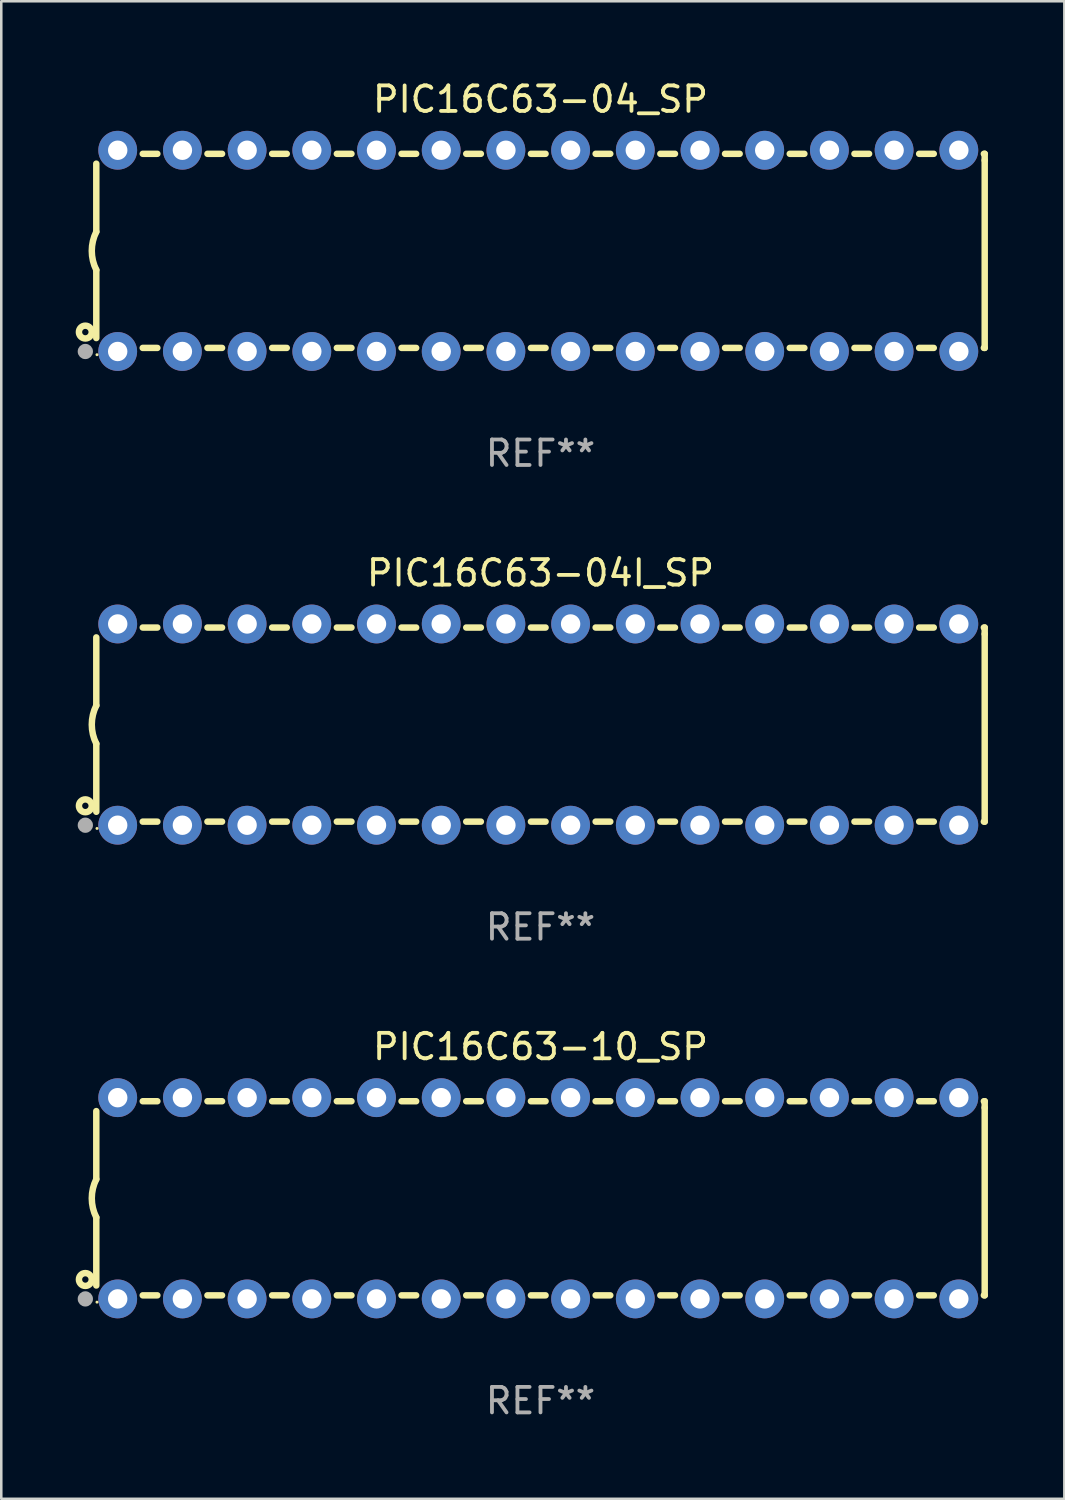
<source format=kicad_pcb>
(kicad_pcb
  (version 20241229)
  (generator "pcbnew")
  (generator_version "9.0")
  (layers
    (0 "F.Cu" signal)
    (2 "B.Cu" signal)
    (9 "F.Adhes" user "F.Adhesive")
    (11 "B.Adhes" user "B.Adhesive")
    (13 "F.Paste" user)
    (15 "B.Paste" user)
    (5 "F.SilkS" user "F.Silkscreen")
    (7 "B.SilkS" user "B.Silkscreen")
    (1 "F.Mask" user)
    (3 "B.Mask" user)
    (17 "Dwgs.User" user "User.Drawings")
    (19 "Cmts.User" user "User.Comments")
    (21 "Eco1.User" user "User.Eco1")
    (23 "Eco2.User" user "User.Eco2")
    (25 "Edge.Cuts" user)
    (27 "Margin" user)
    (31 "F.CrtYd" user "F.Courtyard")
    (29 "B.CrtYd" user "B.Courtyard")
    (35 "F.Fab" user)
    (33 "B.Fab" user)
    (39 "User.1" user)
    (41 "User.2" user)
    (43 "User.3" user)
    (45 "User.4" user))
  (footprint "PIC16C63-04_SP"
    (layer "F.Cu")
    (at 18.168 6.798)
    (property "Reference" "PIC16C63-04_SP" (at 0 -5.95 0) (layer "F.SilkS") (effects (font (size 1 1) (thickness 0.15))))
    (attr through_hole)
    (fp_line (start -17.438 0.75) (end -17.438 3.423) (stroke (width 0.254) (type solid)) (layer "F.SilkS"))
    (fp_line (start -17.438 -3.423) (end -17.438 -0.75) (stroke (width 0.254) (type solid)) (layer "F.SilkS"))
    (fp_line (start -15.615 3.81) (end -15.041 3.81) (stroke (width 0.254) (type solid)) (layer "F.SilkS"))
    (fp_line (start -15.041 -3.81) (end -15.614 -3.81) (stroke (width 0.254) (type solid)) (layer "F.SilkS"))
    (fp_line (start -13.075 3.81) (end -12.501 3.81) (stroke (width 0.254) (type solid)) (layer "F.SilkS"))
    (fp_line (start -12.501 -3.81) (end -13.074 -3.81) (stroke (width 0.254) (type solid)) (layer "F.SilkS"))
    (fp_line (start -10.535 3.81) (end -9.961 3.81) (stroke (width 0.254) (type solid)) (layer "F.SilkS"))
    (fp_line (start -9.961 -3.81) (end -10.534 -3.81) (stroke (width 0.254) (type solid)) (layer "F.SilkS"))
    (fp_line (start -7.995 3.81) (end -7.421 3.81) (stroke (width 0.254) (type solid)) (layer "F.SilkS"))
    (fp_line (start -7.421 -3.81) (end -7.995 -3.81) (stroke (width 0.254) (type solid)) (layer "F.SilkS"))
    (fp_line (start -5.455 3.81) (end -4.881 3.81) (stroke (width 0.254) (type solid)) (layer "F.SilkS"))
    (fp_line (start -4.881 -3.81) (end -5.455 -3.81) (stroke (width 0.254) (type solid)) (layer "F.SilkS"))
    (fp_line (start -2.915 3.81) (end -2.341 3.81) (stroke (width 0.254) (type solid)) (layer "F.SilkS"))
    (fp_line (start -2.341 -3.81) (end -2.915 -3.81) (stroke (width 0.254) (type solid)) (layer "F.SilkS"))
    (fp_line (start -0.375 3.81) (end 0.199 3.81) (stroke (width 0.254) (type solid)) (layer "F.SilkS"))
    (fp_line (start 0.199 -3.81) (end -0.375 -3.81) (stroke (width 0.254) (type solid)) (layer "F.SilkS"))
    (fp_line (start 2.165 3.81) (end 2.739 3.81) (stroke (width 0.254) (type solid)) (layer "F.SilkS"))
    (fp_line (start 2.739 -3.81) (end 2.165 -3.81) (stroke (width 0.254) (type solid)) (layer "F.SilkS"))
    (fp_line (start 4.705 3.81) (end 5.279 3.81) (stroke (width 0.254) (type solid)) (layer "F.SilkS"))
    (fp_line (start 5.279 -3.81) (end 4.705 -3.81) (stroke (width 0.254) (type solid)) (layer "F.SilkS"))
    (fp_line (start 7.245 3.81) (end 7.819 3.81) (stroke (width 0.254) (type solid)) (layer "F.SilkS"))
    (fp_line (start 7.819 -3.81) (end 7.245 -3.81) (stroke (width 0.254) (type solid)) (layer "F.SilkS"))
    (fp_line (start 9.785 3.81) (end 10.359 3.81) (stroke (width 0.254) (type solid)) (layer "F.SilkS"))
    (fp_line (start 10.359 -3.81) (end 9.785 -3.81) (stroke (width 0.254) (type solid)) (layer "F.SilkS"))
    (fp_line (start 12.325 3.81) (end 12.899 3.81) (stroke (width 0.254) (type solid)) (layer "F.SilkS"))
    (fp_line (start 12.899 -3.81) (end 12.325 -3.81) (stroke (width 0.254) (type solid)) (layer "F.SilkS"))
    (fp_line (start 14.865 3.81) (end 15.439 3.81) (stroke (width 0.254) (type solid)) (layer "F.SilkS"))
    (fp_line (start 15.439 -3.81) (end 14.865 -3.81) (stroke (width 0.254) (type solid)) (layer "F.SilkS"))
    (fp_line (start 17.405 3.81) (end 17.438 3.81) (stroke (width 0.254) (type solid)) (layer "F.SilkS"))
    (fp_line (start 17.438 -3.81) (end 17.405 -3.81) (stroke (width 0.254) (type solid)) (layer "F.SilkS"))
    (fp_line (start 17.438 -3.556) (end 17.438 -3.81) (stroke (width 0.254) (type solid)) (layer "F.SilkS"))
    (fp_line (start 17.438 3.81) (end 17.438 -3.556) (stroke (width 0.254) (type solid)) (layer "F.SilkS"))
    (fp_arc (start -17.437986 0.749657) (mid -17.614887 -0.000024) (end -17.437783 -0.749657) (stroke (width 0.254001) (type solid)) (layer "F.SilkS"))
    (fp_circle (center -17.868 3.188) (end -17.743 3.188) (stroke (width 0.254) (type solid)) (fill no) (layer "F.SilkS"))
    (fp_circle (center -17.411 4.077) (end -17.381 4.077) (stroke (width 0.06) (type solid)) (fill no) (layer "F.SilkS"))
    (fp_circle (center -17.868 3.95) (end -17.718 3.95) (stroke (width 0.3) (type solid)) (fill no) (layer "F.Fab"))
    (fp_text user "REF**" (at 0 7.95 0) (layer "F.Fab") (effects (font (size 1 1) (thickness 0.15))))
    (pad "1" thru_hole circle (at -16.598 3.95) (size 1.524 1.524) (drill 0.762) (layers "*.Cu" "*.Mask"))
    (pad "2" thru_hole circle (at -14.058 3.95) (size 1.524 1.524) (drill 0.762) (layers "*.Cu" "*.Mask"))
    (pad "3" thru_hole circle (at -11.518 3.95) (size 1.524 1.524) (drill 0.762) (layers "*.Cu" "*.Mask"))
    (pad "4" thru_hole circle (at -8.978 3.95) (size 1.524 1.524) (drill 0.762) (layers "*.Cu" "*.Mask"))
    (pad "5" thru_hole circle (at -6.438 3.95) (size 1.524 1.524) (drill 0.762) (layers "*.Cu" "*.Mask"))
    (pad "6" thru_hole circle (at -3.898 3.95) (size 1.524 1.524) (drill 0.762) (layers "*.Cu" "*.Mask"))
    (pad "7" thru_hole circle (at -1.358 3.95) (size 1.524 1.524) (drill 0.762) (layers "*.Cu" "*.Mask"))
    (pad "8" thru_hole circle (at 1.182 3.95) (size 1.524 1.524) (drill 0.762) (layers "*.Cu" "*.Mask"))
    (pad "9" thru_hole circle (at 3.722 3.95) (size 1.524 1.524) (drill 0.762) (layers "*.Cu" "*.Mask"))
    (pad "10" thru_hole circle (at 6.262 3.95) (size 1.524 1.524) (drill 0.762) (layers "*.Cu" "*.Mask"))
    (pad "11" thru_hole circle (at 8.802 3.95) (size 1.524 1.524) (drill 0.762) (layers "*.Cu" "*.Mask"))
    (pad "12" thru_hole circle (at 11.342 3.95) (size 1.524 1.524) (drill 0.762) (layers "*.Cu" "*.Mask"))
    (pad "13" thru_hole circle (at 13.882 3.95) (size 1.524 1.524) (drill 0.762) (layers "*.Cu" "*.Mask"))
    (pad "14" thru_hole circle (at 16.422 3.95) (size 1.524 1.524) (drill 0.762) (layers "*.Cu" "*.Mask"))
    (pad "15" thru_hole circle (at 16.422 -3.95) (size 1.524 1.524) (drill 0.762) (layers "*.Cu" "*.Mask"))
    (pad "16" thru_hole circle (at 13.882 -3.95) (size 1.524 1.524) (drill 0.762) (layers "*.Cu" "*.Mask"))
    (pad "17" thru_hole circle (at 11.342 -3.95) (size 1.524 1.524) (drill 0.762) (layers "*.Cu" "*.Mask"))
    (pad "18" thru_hole circle (at 8.802 -3.95) (size 1.524 1.524) (drill 0.762) (layers "*.Cu" "*.Mask"))
    (pad "19" thru_hole circle (at 6.262 -3.95) (size 1.524 1.524) (drill 0.762) (layers "*.Cu" "*.Mask"))
    (pad "20" thru_hole circle (at 3.722 -3.95) (size 1.524 1.524) (drill 0.762) (layers "*.Cu" "*.Mask"))
    (pad "21" thru_hole circle (at 1.182 -3.95) (size 1.524 1.524) (drill 0.762) (layers "*.Cu" "*.Mask"))
    (pad "22" thru_hole circle (at -1.358 -3.95) (size 1.524 1.524) (drill 0.762) (layers "*.Cu" "*.Mask"))
    (pad "23" thru_hole circle (at -3.898 -3.95) (size 1.524 1.524) (drill 0.762) (layers "*.Cu" "*.Mask"))
    (pad "24" thru_hole circle (at -6.438 -3.95) (size 1.524 1.524) (drill 0.762) (layers "*.Cu" "*.Mask"))
    (pad "25" thru_hole circle (at -8.978 -3.95) (size 1.524 1.524) (drill 0.762) (layers "*.Cu" "*.Mask"))
    (pad "26" thru_hole circle (at -11.517 -3.95) (size 1.524 1.524) (drill 0.762) (layers "*.Cu" "*.Mask"))
    (pad "27" thru_hole circle (at -14.057 -3.95) (size 1.524 1.524) (drill 0.762) (layers "*.Cu" "*.Mask"))
    (pad "28" thru_hole circle (at -16.597 -3.95) (size 1.524 1.524) (drill 0.762) (layers "*.Cu" "*.Mask")))
  (footprint "PIC16C63-04I_SP"
    (layer "F.Cu")
    (at 18.168 25.395)
    (property "Reference" "PIC16C63-04I_SP" (at 0 -5.95 0) (layer "F.SilkS") (effects (font (size 1 1) (thickness 0.15))))
    (attr through_hole)
    (fp_line (start -17.438 0.75) (end -17.438 3.423) (stroke (width 0.254) (type solid)) (layer "F.SilkS"))
    (fp_line (start -17.438 -3.423) (end -17.438 -0.75) (stroke (width 0.254) (type solid)) (layer "F.SilkS"))
    (fp_line (start -15.615 3.81) (end -15.041 3.81) (stroke (width 0.254) (type solid)) (layer "F.SilkS"))
    (fp_line (start -15.041 -3.81) (end -15.614 -3.81) (stroke (width 0.254) (type solid)) (layer "F.SilkS"))
    (fp_line (start -13.075 3.81) (end -12.501 3.81) (stroke (width 0.254) (type solid)) (layer "F.SilkS"))
    (fp_line (start -12.501 -3.81) (end -13.074 -3.81) (stroke (width 0.254) (type solid)) (layer "F.SilkS"))
    (fp_line (start -10.535 3.81) (end -9.961 3.81) (stroke (width 0.254) (type solid)) (layer "F.SilkS"))
    (fp_line (start -9.961 -3.81) (end -10.534 -3.81) (stroke (width 0.254) (type solid)) (layer "F.SilkS"))
    (fp_line (start -7.995 3.81) (end -7.421 3.81) (stroke (width 0.254) (type solid)) (layer "F.SilkS"))
    (fp_line (start -7.421 -3.81) (end -7.995 -3.81) (stroke (width 0.254) (type solid)) (layer "F.SilkS"))
    (fp_line (start -5.455 3.81) (end -4.881 3.81) (stroke (width 0.254) (type solid)) (layer "F.SilkS"))
    (fp_line (start -4.881 -3.81) (end -5.455 -3.81) (stroke (width 0.254) (type solid)) (layer "F.SilkS"))
    (fp_line (start -2.915 3.81) (end -2.341 3.81) (stroke (width 0.254) (type solid)) (layer "F.SilkS"))
    (fp_line (start -2.341 -3.81) (end -2.915 -3.81) (stroke (width 0.254) (type solid)) (layer "F.SilkS"))
    (fp_line (start -0.375 3.81) (end 0.199 3.81) (stroke (width 0.254) (type solid)) (layer "F.SilkS"))
    (fp_line (start 0.199 -3.81) (end -0.375 -3.81) (stroke (width 0.254) (type solid)) (layer "F.SilkS"))
    (fp_line (start 2.165 3.81) (end 2.739 3.81) (stroke (width 0.254) (type solid)) (layer "F.SilkS"))
    (fp_line (start 2.739 -3.81) (end 2.165 -3.81) (stroke (width 0.254) (type solid)) (layer "F.SilkS"))
    (fp_line (start 4.705 3.81) (end 5.279 3.81) (stroke (width 0.254) (type solid)) (layer "F.SilkS"))
    (fp_line (start 5.279 -3.81) (end 4.705 -3.81) (stroke (width 0.254) (type solid)) (layer "F.SilkS"))
    (fp_line (start 7.245 3.81) (end 7.819 3.81) (stroke (width 0.254) (type solid)) (layer "F.SilkS"))
    (fp_line (start 7.819 -3.81) (end 7.245 -3.81) (stroke (width 0.254) (type solid)) (layer "F.SilkS"))
    (fp_line (start 9.785 3.81) (end 10.359 3.81) (stroke (width 0.254) (type solid)) (layer "F.SilkS"))
    (fp_line (start 10.359 -3.81) (end 9.785 -3.81) (stroke (width 0.254) (type solid)) (layer "F.SilkS"))
    (fp_line (start 12.325 3.81) (end 12.899 3.81) (stroke (width 0.254) (type solid)) (layer "F.SilkS"))
    (fp_line (start 12.899 -3.81) (end 12.325 -3.81) (stroke (width 0.254) (type solid)) (layer "F.SilkS"))
    (fp_line (start 14.865 3.81) (end 15.439 3.81) (stroke (width 0.254) (type solid)) (layer "F.SilkS"))
    (fp_line (start 15.439 -3.81) (end 14.865 -3.81) (stroke (width 0.254) (type solid)) (layer "F.SilkS"))
    (fp_line (start 17.405 3.81) (end 17.438 3.81) (stroke (width 0.254) (type solid)) (layer "F.SilkS"))
    (fp_line (start 17.438 -3.81) (end 17.405 -3.81) (stroke (width 0.254) (type solid)) (layer "F.SilkS"))
    (fp_line (start 17.438 -3.556) (end 17.438 -3.81) (stroke (width 0.254) (type solid)) (layer "F.SilkS"))
    (fp_line (start 17.438 3.81) (end 17.438 -3.556) (stroke (width 0.254) (type solid)) (layer "F.SilkS"))
    (fp_arc (start -17.437986 0.749657) (mid -17.614887 -0.000024) (end -17.437783 -0.749657) (stroke (width 0.254001) (type solid)) (layer "F.SilkS"))
    (fp_circle (center -17.868 3.188) (end -17.743 3.188) (stroke (width 0.254) (type solid)) (fill no) (layer "F.SilkS"))
    (fp_circle (center -17.411 4.077) (end -17.381 4.077) (stroke (width 0.06) (type solid)) (fill no) (layer "F.SilkS"))
    (fp_circle (center -17.868 3.95) (end -17.718 3.95) (stroke (width 0.3) (type solid)) (fill no) (layer "F.Fab"))
    (fp_text user "REF**" (at 0 7.95 0) (layer "F.Fab") (effects (font (size 1 1) (thickness 0.15))))
    (pad "1" thru_hole circle (at -16.598 3.95) (size 1.524 1.524) (drill 0.762) (layers "*.Cu" "*.Mask"))
    (pad "2" thru_hole circle (at -14.058 3.95) (size 1.524 1.524) (drill 0.762) (layers "*.Cu" "*.Mask"))
    (pad "3" thru_hole circle (at -11.518 3.95) (size 1.524 1.524) (drill 0.762) (layers "*.Cu" "*.Mask"))
    (pad "4" thru_hole circle (at -8.978 3.95) (size 1.524 1.524) (drill 0.762) (layers "*.Cu" "*.Mask"))
    (pad "5" thru_hole circle (at -6.438 3.95) (size 1.524 1.524) (drill 0.762) (layers "*.Cu" "*.Mask"))
    (pad "6" thru_hole circle (at -3.898 3.95) (size 1.524 1.524) (drill 0.762) (layers "*.Cu" "*.Mask"))
    (pad "7" thru_hole circle (at -1.358 3.95) (size 1.524 1.524) (drill 0.762) (layers "*.Cu" "*.Mask"))
    (pad "8" thru_hole circle (at 1.182 3.95) (size 1.524 1.524) (drill 0.762) (layers "*.Cu" "*.Mask"))
    (pad "9" thru_hole circle (at 3.722 3.95) (size 1.524 1.524) (drill 0.762) (layers "*.Cu" "*.Mask"))
    (pad "10" thru_hole circle (at 6.262 3.95) (size 1.524 1.524) (drill 0.762) (layers "*.Cu" "*.Mask"))
    (pad "11" thru_hole circle (at 8.802 3.95) (size 1.524 1.524) (drill 0.762) (layers "*.Cu" "*.Mask"))
    (pad "12" thru_hole circle (at 11.342 3.95) (size 1.524 1.524) (drill 0.762) (layers "*.Cu" "*.Mask"))
    (pad "13" thru_hole circle (at 13.882 3.95) (size 1.524 1.524) (drill 0.762) (layers "*.Cu" "*.Mask"))
    (pad "14" thru_hole circle (at 16.422 3.95) (size 1.524 1.524) (drill 0.762) (layers "*.Cu" "*.Mask"))
    (pad "15" thru_hole circle (at 16.422 -3.95) (size 1.524 1.524) (drill 0.762) (layers "*.Cu" "*.Mask"))
    (pad "16" thru_hole circle (at 13.882 -3.95) (size 1.524 1.524) (drill 0.762) (layers "*.Cu" "*.Mask"))
    (pad "17" thru_hole circle (at 11.342 -3.95) (size 1.524 1.524) (drill 0.762) (layers "*.Cu" "*.Mask"))
    (pad "18" thru_hole circle (at 8.802 -3.95) (size 1.524 1.524) (drill 0.762) (layers "*.Cu" "*.Mask"))
    (pad "19" thru_hole circle (at 6.262 -3.95) (size 1.524 1.524) (drill 0.762) (layers "*.Cu" "*.Mask"))
    (pad "20" thru_hole circle (at 3.722 -3.95) (size 1.524 1.524) (drill 0.762) (layers "*.Cu" "*.Mask"))
    (pad "21" thru_hole circle (at 1.182 -3.95) (size 1.524 1.524) (drill 0.762) (layers "*.Cu" "*.Mask"))
    (pad "22" thru_hole circle (at -1.358 -3.95) (size 1.524 1.524) (drill 0.762) (layers "*.Cu" "*.Mask"))
    (pad "23" thru_hole circle (at -3.898 -3.95) (size 1.524 1.524) (drill 0.762) (layers "*.Cu" "*.Mask"))
    (pad "24" thru_hole circle (at -6.438 -3.95) (size 1.524 1.524) (drill 0.762) (layers "*.Cu" "*.Mask"))
    (pad "25" thru_hole circle (at -8.978 -3.95) (size 1.524 1.524) (drill 0.762) (layers "*.Cu" "*.Mask"))
    (pad "26" thru_hole circle (at -11.517 -3.95) (size 1.524 1.524) (drill 0.762) (layers "*.Cu" "*.Mask"))
    (pad "27" thru_hole circle (at -14.057 -3.95) (size 1.524 1.524) (drill 0.762) (layers "*.Cu" "*.Mask"))
    (pad "28" thru_hole circle (at -16.597 -3.95) (size 1.524 1.524) (drill 0.762) (layers "*.Cu" "*.Mask")))
  (footprint "PIC16C63-10_SP"
    (layer "F.Cu")
    (at 18.168 43.991)
    (property "Reference" "PIC16C63-10_SP" (at 0 -5.95 0) (layer "F.SilkS") (effects (font (size 1 1) (thickness 0.15))))
    (attr through_hole)
    (fp_line (start -17.438 0.75) (end -17.438 3.423) (stroke (width 0.254) (type solid)) (layer "F.SilkS"))
    (fp_line (start -17.438 -3.423) (end -17.438 -0.75) (stroke (width 0.254) (type solid)) (layer "F.SilkS"))
    (fp_line (start -15.615 3.81) (end -15.041 3.81) (stroke (width 0.254) (type solid)) (layer "F.SilkS"))
    (fp_line (start -15.041 -3.81) (end -15.614 -3.81) (stroke (width 0.254) (type solid)) (layer "F.SilkS"))
    (fp_line (start -13.075 3.81) (end -12.501 3.81) (stroke (width 0.254) (type solid)) (layer "F.SilkS"))
    (fp_line (start -12.501 -3.81) (end -13.074 -3.81) (stroke (width 0.254) (type solid)) (layer "F.SilkS"))
    (fp_line (start -10.535 3.81) (end -9.961 3.81) (stroke (width 0.254) (type solid)) (layer "F.SilkS"))
    (fp_line (start -9.961 -3.81) (end -10.534 -3.81) (stroke (width 0.254) (type solid)) (layer "F.SilkS"))
    (fp_line (start -7.995 3.81) (end -7.421 3.81) (stroke (width 0.254) (type solid)) (layer "F.SilkS"))
    (fp_line (start -7.421 -3.81) (end -7.995 -3.81) (stroke (width 0.254) (type solid)) (layer "F.SilkS"))
    (fp_line (start -5.455 3.81) (end -4.881 3.81) (stroke (width 0.254) (type solid)) (layer "F.SilkS"))
    (fp_line (start -4.881 -3.81) (end -5.455 -3.81) (stroke (width 0.254) (type solid)) (layer "F.SilkS"))
    (fp_line (start -2.915 3.81) (end -2.341 3.81) (stroke (width 0.254) (type solid)) (layer "F.SilkS"))
    (fp_line (start -2.341 -3.81) (end -2.915 -3.81) (stroke (width 0.254) (type solid)) (layer "F.SilkS"))
    (fp_line (start -0.375 3.81) (end 0.199 3.81) (stroke (width 0.254) (type solid)) (layer "F.SilkS"))
    (fp_line (start 0.199 -3.81) (end -0.375 -3.81) (stroke (width 0.254) (type solid)) (layer "F.SilkS"))
    (fp_line (start 2.165 3.81) (end 2.739 3.81) (stroke (width 0.254) (type solid)) (layer "F.SilkS"))
    (fp_line (start 2.739 -3.81) (end 2.165 -3.81) (stroke (width 0.254) (type solid)) (layer "F.SilkS"))
    (fp_line (start 4.705 3.81) (end 5.279 3.81) (stroke (width 0.254) (type solid)) (layer "F.SilkS"))
    (fp_line (start 5.279 -3.81) (end 4.705 -3.81) (stroke (width 0.254) (type solid)) (layer "F.SilkS"))
    (fp_line (start 7.245 3.81) (end 7.819 3.81) (stroke (width 0.254) (type solid)) (layer "F.SilkS"))
    (fp_line (start 7.819 -3.81) (end 7.245 -3.81) (stroke (width 0.254) (type solid)) (layer "F.SilkS"))
    (fp_line (start 9.785 3.81) (end 10.359 3.81) (stroke (width 0.254) (type solid)) (layer "F.SilkS"))
    (fp_line (start 10.359 -3.81) (end 9.785 -3.81) (stroke (width 0.254) (type solid)) (layer "F.SilkS"))
    (fp_line (start 12.325 3.81) (end 12.899 3.81) (stroke (width 0.254) (type solid)) (layer "F.SilkS"))
    (fp_line (start 12.899 -3.81) (end 12.325 -3.81) (stroke (width 0.254) (type solid)) (layer "F.SilkS"))
    (fp_line (start 14.865 3.81) (end 15.439 3.81) (stroke (width 0.254) (type solid)) (layer "F.SilkS"))
    (fp_line (start 15.439 -3.81) (end 14.865 -3.81) (stroke (width 0.254) (type solid)) (layer "F.SilkS"))
    (fp_line (start 17.405 3.81) (end 17.438 3.81) (stroke (width 0.254) (type solid)) (layer "F.SilkS"))
    (fp_line (start 17.438 -3.81) (end 17.405 -3.81) (stroke (width 0.254) (type solid)) (layer "F.SilkS"))
    (fp_line (start 17.438 -3.556) (end 17.438 -3.81) (stroke (width 0.254) (type solid)) (layer "F.SilkS"))
    (fp_line (start 17.438 3.81) (end 17.438 -3.556) (stroke (width 0.254) (type solid)) (layer "F.SilkS"))
    (fp_arc (start -17.437986 0.749657) (mid -17.614887 -0.000024) (end -17.437783 -0.749657) (stroke (width 0.254001) (type solid)) (layer "F.SilkS"))
    (fp_circle (center -17.868 3.188) (end -17.743 3.188) (stroke (width 0.254) (type solid)) (fill no) (layer "F.SilkS"))
    (fp_circle (center -17.411 4.077) (end -17.381 4.077) (stroke (width 0.06) (type solid)) (fill no) (layer "F.SilkS"))
    (fp_circle (center -17.868 3.95) (end -17.718 3.95) (stroke (width 0.3) (type solid)) (fill no) (layer "F.Fab"))
    (fp_text user "REF**" (at 0 7.95 0) (layer "F.Fab") (effects (font (size 1 1) (thickness 0.15))))
    (pad "1" thru_hole circle (at -16.598 3.95) (size 1.524 1.524) (drill 0.762) (layers "*.Cu" "*.Mask"))
    (pad "2" thru_hole circle (at -14.058 3.95) (size 1.524 1.524) (drill 0.762) (layers "*.Cu" "*.Mask"))
    (pad "3" thru_hole circle (at -11.518 3.95) (size 1.524 1.524) (drill 0.762) (layers "*.Cu" "*.Mask"))
    (pad "4" thru_hole circle (at -8.978 3.95) (size 1.524 1.524) (drill 0.762) (layers "*.Cu" "*.Mask"))
    (pad "5" thru_hole circle (at -6.438 3.95) (size 1.524 1.524) (drill 0.762) (layers "*.Cu" "*.Mask"))
    (pad "6" thru_hole circle (at -3.898 3.95) (size 1.524 1.524) (drill 0.762) (layers "*.Cu" "*.Mask"))
    (pad "7" thru_hole circle (at -1.358 3.95) (size 1.524 1.524) (drill 0.762) (layers "*.Cu" "*.Mask"))
    (pad "8" thru_hole circle (at 1.182 3.95) (size 1.524 1.524) (drill 0.762) (layers "*.Cu" "*.Mask"))
    (pad "9" thru_hole circle (at 3.722 3.95) (size 1.524 1.524) (drill 0.762) (layers "*.Cu" "*.Mask"))
    (pad "10" thru_hole circle (at 6.262 3.95) (size 1.524 1.524) (drill 0.762) (layers "*.Cu" "*.Mask"))
    (pad "11" thru_hole circle (at 8.802 3.95) (size 1.524 1.524) (drill 0.762) (layers "*.Cu" "*.Mask"))
    (pad "12" thru_hole circle (at 11.342 3.95) (size 1.524 1.524) (drill 0.762) (layers "*.Cu" "*.Mask"))
    (pad "13" thru_hole circle (at 13.882 3.95) (size 1.524 1.524) (drill 0.762) (layers "*.Cu" "*.Mask"))
    (pad "14" thru_hole circle (at 16.422 3.95) (size 1.524 1.524) (drill 0.762) (layers "*.Cu" "*.Mask"))
    (pad "15" thru_hole circle (at 16.422 -3.95) (size 1.524 1.524) (drill 0.762) (layers "*.Cu" "*.Mask"))
    (pad "16" thru_hole circle (at 13.882 -3.95) (size 1.524 1.524) (drill 0.762) (layers "*.Cu" "*.Mask"))
    (pad "17" thru_hole circle (at 11.342 -3.95) (size 1.524 1.524) (drill 0.762) (layers "*.Cu" "*.Mask"))
    (pad "18" thru_hole circle (at 8.802 -3.95) (size 1.524 1.524) (drill 0.762) (layers "*.Cu" "*.Mask"))
    (pad "19" thru_hole circle (at 6.262 -3.95) (size 1.524 1.524) (drill 0.762) (layers "*.Cu" "*.Mask"))
    (pad "20" thru_hole circle (at 3.722 -3.95) (size 1.524 1.524) (drill 0.762) (layers "*.Cu" "*.Mask"))
    (pad "21" thru_hole circle (at 1.182 -3.95) (size 1.524 1.524) (drill 0.762) (layers "*.Cu" "*.Mask"))
    (pad "22" thru_hole circle (at -1.358 -3.95) (size 1.524 1.524) (drill 0.762) (layers "*.Cu" "*.Mask"))
    (pad "23" thru_hole circle (at -3.898 -3.95) (size 1.524 1.524) (drill 0.762) (layers "*.Cu" "*.Mask"))
    (pad "24" thru_hole circle (at -6.438 -3.95) (size 1.524 1.524) (drill 0.762) (layers "*.Cu" "*.Mask"))
    (pad "25" thru_hole circle (at -8.978 -3.95) (size 1.524 1.524) (drill 0.762) (layers "*.Cu" "*.Mask"))
    (pad "26" thru_hole circle (at -11.517 -3.95) (size 1.524 1.524) (drill 0.762) (layers "*.Cu" "*.Mask"))
    (pad "27" thru_hole circle (at -14.057 -3.95) (size 1.524 1.524) (drill 0.762) (layers "*.Cu" "*.Mask"))
    (pad "28" thru_hole circle (at -16.597 -3.95) (size 1.524 1.524) (drill 0.762) (layers "*.Cu" "*.Mask")))
  (gr_rect
    (start -3 -3)
    (end 38.733 55.789)
    (stroke (width 0.1) (type default))
    (fill no)
    (layer "Edge.Cuts")))
</source>
